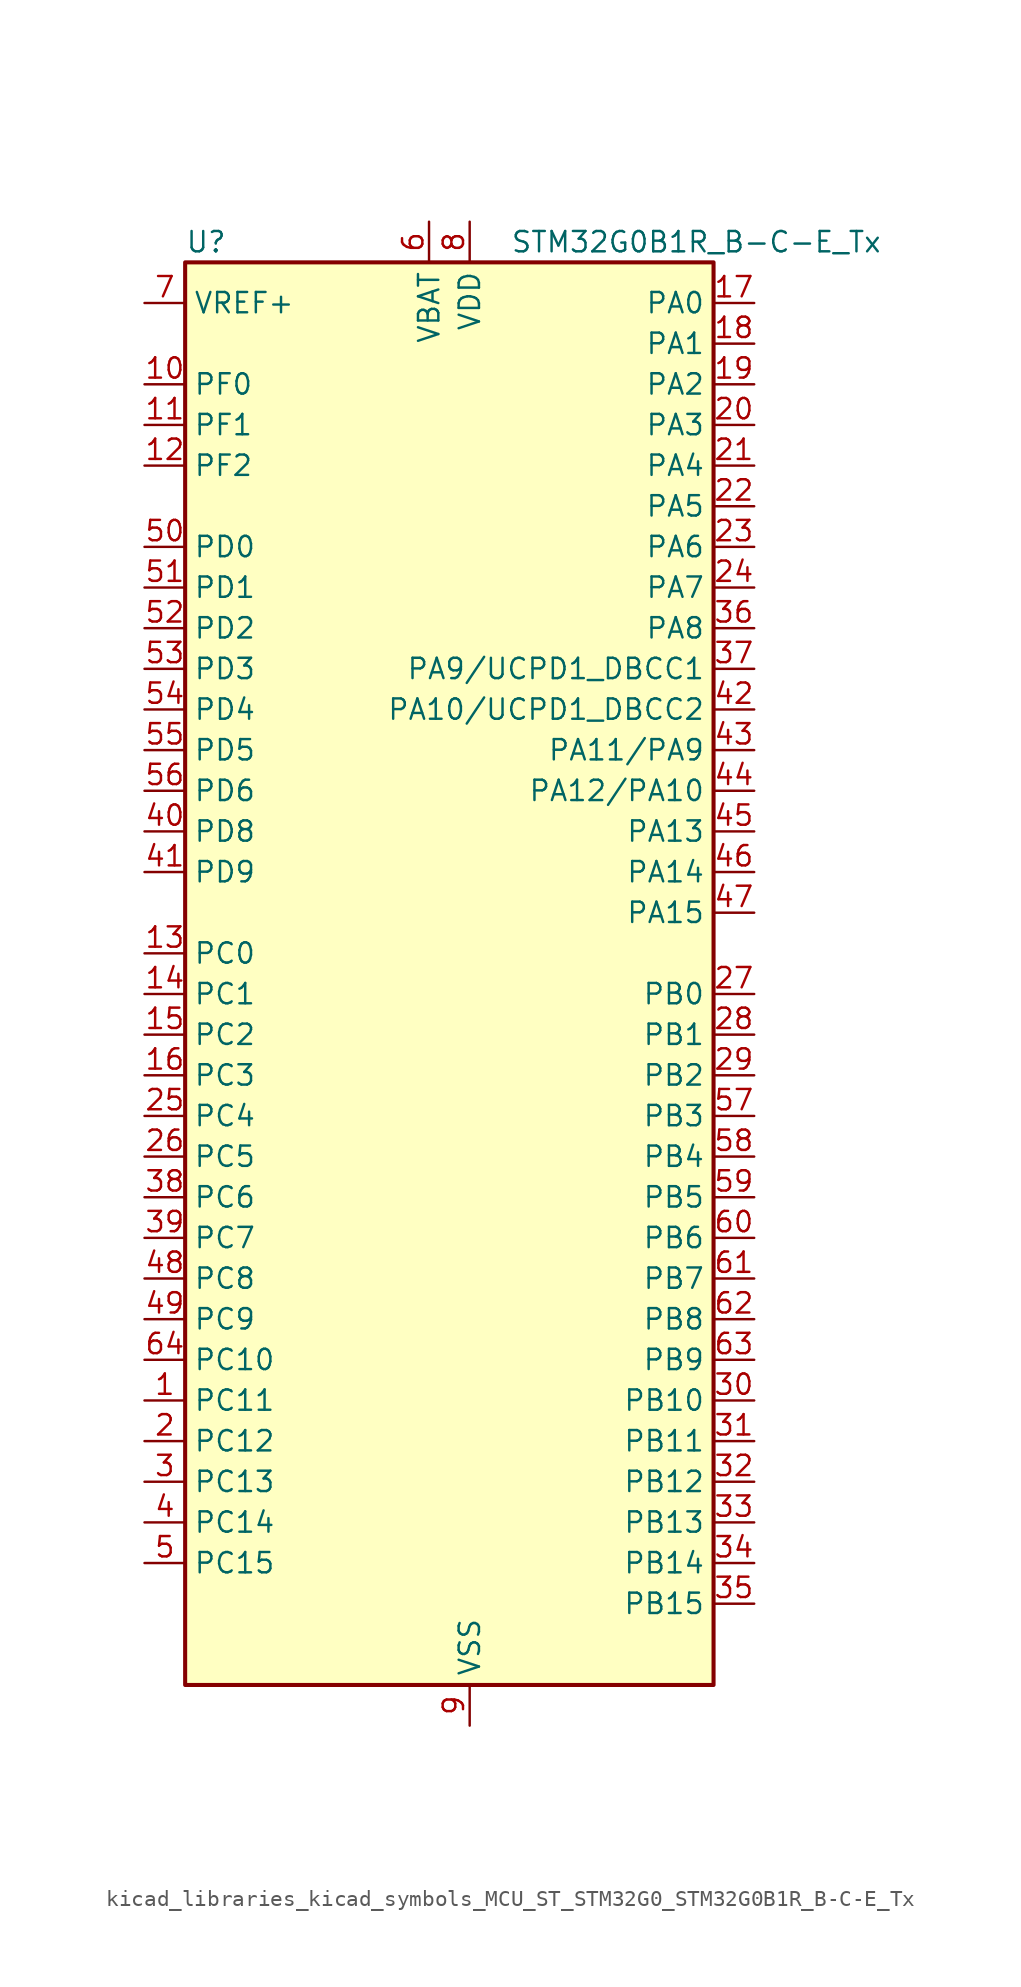
<source format=kicad_sym>
(kicad_symbol_lib
  (version 20220914)
  (generator kicad_symbol_editor)
  (symbol "kicad_libraries_kicad_symbols_MCU_ST_STM32G0_STM32G0B1R_B-C-E_Tx"
    (property "Reference" "U"
      (at -15.24 46.99 0)
      (effects (font (size 1.27 1.27)) (justify left)))
    (property "Value" "STM32G0B1R_B-C-E_Tx"
      (at 5.08 46.99 0)
      (effects (font (size 1.27 1.27)) (justify left)))
    (property "ki_locked" ""
      (at 0 0 0)
      (effects (font (size 1.27 1.27))))
    (symbol "kicad_libraries_kicad_symbols_MCU_ST_STM32G0_STM32G0B1R_B-C-E_Tx_0_1"
      (rectangle (start -15.24 -43.18) (end 17.78 45.72) (stroke (width 0.254) (type default)) (fill (type background))))
    (symbol "kicad_libraries_kicad_symbols_MCU_ST_STM32G0_STM32G0B1R_B-C-E_Tx_1_1"
      (pin bidirectional line (at -17.78 -25.4 0) (length 2.54) (name "PC11" (effects (font (size 1.27 1.27)))) (number "1" (effects (font (size 1.27 1.27)))) (alternate "ADC1_EXTI11" bidirectional line) (alternate "SPI3_MISO" bidirectional line) (alternate "TIM1_CH4" bidirectional line) (alternate "USART3_RX" bidirectional line) (alternate "USART4_RX" bidirectional line))
      (pin bidirectional line (at -17.78 38.1 0) (length 2.54) (name "PF0" (effects (font (size 1.27 1.27)))) (number "10" (effects (font (size 1.27 1.27)))) (alternate "CRS1_SYNC" bidirectional line) (alternate "RCC_OSC_IN" bidirectional line) (alternate "TIM14_CH1" bidirectional line))
      (pin bidirectional line (at -17.78 35.56 0) (length 2.54) (name "PF1" (effects (font (size 1.27 1.27)))) (number "11" (effects (font (size 1.27 1.27)))) (alternate "RCC_OSC_EN" bidirectional line) (alternate "RCC_OSC_OUT" bidirectional line) (alternate "TIM15_CH1N" bidirectional line))
      (pin bidirectional line (at -17.78 33.02 0) (length 2.54) (name "PF2" (effects (font (size 1.27 1.27)))) (number "12" (effects (font (size 1.27 1.27)))) (alternate "LPUART2_DE" bidirectional line) (alternate "LPUART2_RTS" bidirectional line) (alternate "LPUART2_TX" bidirectional line) (alternate "RCC_MCO" bidirectional line))
      (pin bidirectional line (at -17.78 2.54 0) (length 2.54) (name "PC0" (effects (font (size 1.27 1.27)))) (number "13" (effects (font (size 1.27 1.27)))) (alternate "COMP3_INM" bidirectional line) (alternate "COMP3_OUT" bidirectional line) (alternate "I2C3_SCL" bidirectional line) (alternate "LPTIM1_IN1" bidirectional line) (alternate "LPTIM2_IN1" bidirectional line) (alternate "LPUART1_RX" bidirectional line) (alternate "LPUART2_TX" bidirectional line) (alternate "USART6_TX" bidirectional line))
      (pin bidirectional line (at -17.78 0 0) (length 2.54) (name "PC1" (effects (font (size 1.27 1.27)))) (number "14" (effects (font (size 1.27 1.27)))) (alternate "COMP3_INP" bidirectional line) (alternate "I2C3_SDA" bidirectional line) (alternate "LPTIM1_OUT" bidirectional line) (alternate "LPUART1_TX" bidirectional line) (alternate "LPUART2_RX" bidirectional line) (alternate "TIM15_CH1" bidirectional line) (alternate "USART6_RX" bidirectional line))
      (pin bidirectional line (at -17.78 -2.54 0) (length 2.54) (name "PC2" (effects (font (size 1.27 1.27)))) (number "15" (effects (font (size 1.27 1.27)))) (alternate "COMP3_OUT" bidirectional line) (alternate "FDCAN2_RX" bidirectional line) (alternate "I2S2_MCK" bidirectional line) (alternate "LPTIM1_IN2" bidirectional line) (alternate "SPI2_MISO" bidirectional line) (alternate "TIM15_CH2" bidirectional line))
      (pin bidirectional line (at -17.78 -5.08 0) (length 2.54) (name "PC3" (effects (font (size 1.27 1.27)))) (number "16" (effects (font (size 1.27 1.27)))) (alternate "FDCAN2_TX" bidirectional line) (alternate "I2S2_SD" bidirectional line) (alternate "LPTIM1_ETR" bidirectional line) (alternate "LPTIM2_ETR" bidirectional line) (alternate "SPI2_MOSI" bidirectional line))
      (pin bidirectional line (at 20.32 43.18 180) (length 2.54) (name "PA0" (effects (font (size 1.27 1.27)))) (number "17" (effects (font (size 1.27 1.27)))) (alternate "ADC1_IN0" bidirectional line) (alternate "COMP1_INM" bidirectional line) (alternate "COMP1_OUT" bidirectional line) (alternate "I2S2_CK" bidirectional line) (alternate "LPTIM1_OUT" bidirectional line) (alternate "RTC_TAMP_IN2" bidirectional line) (alternate "SPI2_SCK" bidirectional line) (alternate "SYS_WKUP1" bidirectional line) (alternate "TIM2_CH1" bidirectional line) (alternate "TIM2_ETR" bidirectional line) (alternate "UCPD2_FRSTX1" bidirectional line) (alternate "UCPD2_FRSTX2" bidirectional line) (alternate "USART2_CTS" bidirectional line) (alternate "USART2_NSS" bidirectional line) (alternate "USART4_TX" bidirectional line))
      (pin bidirectional line (at 20.32 40.64 180) (length 2.54) (name "PA1" (effects (font (size 1.27 1.27)))) (number "18" (effects (font (size 1.27 1.27)))) (alternate "ADC1_IN1" bidirectional line) (alternate "COMP1_INP" bidirectional line) (alternate "I2C1_SMBA" bidirectional line) (alternate "I2S1_CK" bidirectional line) (alternate "SPI1_SCK" bidirectional line) (alternate "TIM15_CH1N" bidirectional line) (alternate "TIM2_CH2" bidirectional line) (alternate "USART2_CK" bidirectional line) (alternate "USART2_DE" bidirectional line) (alternate "USART2_RTS" bidirectional line) (alternate "USART4_RX" bidirectional line))
      (pin bidirectional line (at 20.32 38.1 180) (length 2.54) (name "PA2" (effects (font (size 1.27 1.27)))) (number "19" (effects (font (size 1.27 1.27)))) (alternate "ADC1_IN2" bidirectional line) (alternate "COMP2_INM" bidirectional line) (alternate "COMP2_OUT" bidirectional line) (alternate "I2S1_SD" bidirectional line) (alternate "LPUART1_TX" bidirectional line) (alternate "RCC_LSCO" bidirectional line) (alternate "SPI1_MOSI" bidirectional line) (alternate "SYS_WKUP4" bidirectional line) (alternate "TIM15_CH1" bidirectional line) (alternate "TIM2_CH3" bidirectional line) (alternate "UCPD1_FRSTX1" bidirectional line) (alternate "UCPD1_FRSTX2" bidirectional line) (alternate "USART2_TX" bidirectional line))
      (pin bidirectional line (at -17.78 -27.94 0) (length 2.54) (name "PC12" (effects (font (size 1.27 1.27)))) (number "2" (effects (font (size 1.27 1.27)))) (alternate "LPTIM1_IN1" bidirectional line) (alternate "SPI3_MOSI" bidirectional line) (alternate "TIM14_CH1" bidirectional line) (alternate "UCPD1_FRSTX1" bidirectional line) (alternate "UCPD1_FRSTX2" bidirectional line) (alternate "USART5_TX" bidirectional line))
      (pin bidirectional line (at 20.32 35.56 180) (length 2.54) (name "PA3" (effects (font (size 1.27 1.27)))) (number "20" (effects (font (size 1.27 1.27)))) (alternate "ADC1_IN3" bidirectional line) (alternate "COMP2_INP" bidirectional line) (alternate "I2S2_MCK" bidirectional line) (alternate "LPUART1_RX" bidirectional line) (alternate "SPI2_MISO" bidirectional line) (alternate "TIM15_CH2" bidirectional line) (alternate "TIM2_CH4" bidirectional line) (alternate "UCPD2_FRSTX1" bidirectional line) (alternate "UCPD2_FRSTX2" bidirectional line) (alternate "USART2_RX" bidirectional line))
      (pin bidirectional line (at 20.32 33.02 180) (length 2.54) (name "PA4" (effects (font (size 1.27 1.27)))) (number "21" (effects (font (size 1.27 1.27)))) (alternate "ADC1_IN4" bidirectional line) (alternate "DAC1_OUT1" bidirectional line) (alternate "I2S1_WS" bidirectional line) (alternate "I2S2_SD" bidirectional line) (alternate "LPTIM2_OUT" bidirectional line) (alternate "RTC_OUT2" bidirectional line) (alternate "SPI1_NSS" bidirectional line) (alternate "SPI2_MOSI" bidirectional line) (alternate "SPI3_NSS" bidirectional line) (alternate "TIM14_CH1" bidirectional line) (alternate "UCPD2_FRSTX1" bidirectional line) (alternate "UCPD2_FRSTX2" bidirectional line) (alternate "USART6_TX" bidirectional line) (alternate "USB_NOE" bidirectional line))
      (pin bidirectional line (at 20.32 30.48 180) (length 2.54) (name "PA5" (effects (font (size 1.27 1.27)))) (number "22" (effects (font (size 1.27 1.27)))) (alternate "ADC1_IN5" bidirectional line) (alternate "CEC" bidirectional line) (alternate "DAC1_OUT2" bidirectional line) (alternate "I2S1_CK" bidirectional line) (alternate "LPTIM2_ETR" bidirectional line) (alternate "SPI1_SCK" bidirectional line) (alternate "TIM2_CH1" bidirectional line) (alternate "TIM2_ETR" bidirectional line) (alternate "UCPD1_FRSTX1" bidirectional line) (alternate "UCPD1_FRSTX2" bidirectional line) (alternate "USART3_TX" bidirectional line) (alternate "USART6_RX" bidirectional line))
      (pin bidirectional line (at 20.32 27.94 180) (length 2.54) (name "PA6" (effects (font (size 1.27 1.27)))) (number "23" (effects (font (size 1.27 1.27)))) (alternate "ADC1_IN6" bidirectional line) (alternate "COMP1_OUT" bidirectional line) (alternate "I2C2_SDA" bidirectional line) (alternate "I2C3_SDA" bidirectional line) (alternate "I2S1_MCK" bidirectional line) (alternate "LPUART1_CTS" bidirectional line) (alternate "SPI1_MISO" bidirectional line) (alternate "TIM16_CH1" bidirectional line) (alternate "TIM1_BK" bidirectional line) (alternate "TIM3_CH1" bidirectional line) (alternate "USART3_CTS" bidirectional line) (alternate "USART3_NSS" bidirectional line) (alternate "USART6_CTS" bidirectional line) (alternate "USART6_NSS" bidirectional line))
      (pin bidirectional line (at 20.32 25.4 180) (length 2.54) (name "PA7" (effects (font (size 1.27 1.27)))) (number "24" (effects (font (size 1.27 1.27)))) (alternate "ADC1_IN7" bidirectional line) (alternate "COMP2_OUT" bidirectional line) (alternate "I2C2_SCL" bidirectional line) (alternate "I2C3_SCL" bidirectional line) (alternate "I2S1_SD" bidirectional line) (alternate "SPI1_MOSI" bidirectional line) (alternate "TIM14_CH1" bidirectional line) (alternate "TIM17_CH1" bidirectional line) (alternate "TIM1_CH1N" bidirectional line) (alternate "TIM3_CH2" bidirectional line) (alternate "UCPD1_FRSTX1" bidirectional line) (alternate "UCPD1_FRSTX2" bidirectional line) (alternate "USART6_CK" bidirectional line) (alternate "USART6_DE" bidirectional line) (alternate "USART6_RTS" bidirectional line))
      (pin bidirectional line (at -17.78 -7.62 0) (length 2.54) (name "PC4" (effects (font (size 1.27 1.27)))) (number "25" (effects (font (size 1.27 1.27)))) (alternate "ADC1_IN17" bidirectional line) (alternate "COMP1_INM" bidirectional line) (alternate "FDCAN1_RX" bidirectional line) (alternate "TIM2_CH1" bidirectional line) (alternate "TIM2_ETR" bidirectional line) (alternate "USART1_TX" bidirectional line) (alternate "USART3_TX" bidirectional line))
      (pin bidirectional line (at -17.78 -10.16 0) (length 2.54) (name "PC5" (effects (font (size 1.27 1.27)))) (number "26" (effects (font (size 1.27 1.27)))) (alternate "ADC1_IN18" bidirectional line) (alternate "COMP1_INP" bidirectional line) (alternate "FDCAN1_TX" bidirectional line) (alternate "SYS_WKUP5" bidirectional line) (alternate "TIM2_CH2" bidirectional line) (alternate "USART1_RX" bidirectional line) (alternate "USART3_RX" bidirectional line))
      (pin bidirectional line (at 20.32 0 180) (length 2.54) (name "PB0" (effects (font (size 1.27 1.27)))) (number "27" (effects (font (size 1.27 1.27)))) (alternate "ADC1_IN8" bidirectional line) (alternate "COMP1_OUT" bidirectional line) (alternate "COMP3_INP" bidirectional line) (alternate "FDCAN2_RX" bidirectional line) (alternate "I2S1_WS" bidirectional line) (alternate "LPTIM1_OUT" bidirectional line) (alternate "LPUART2_CTS" bidirectional line) (alternate "SPI1_NSS" bidirectional line) (alternate "TIM1_CH2N" bidirectional line) (alternate "TIM3_CH3" bidirectional line) (alternate "UCPD1_FRSTX1" bidirectional line) (alternate "UCPD1_FRSTX2" bidirectional line) (alternate "USART3_RX" bidirectional line) (alternate "USART5_TX" bidirectional line))
      (pin bidirectional line (at 20.32 -2.54 180) (length 2.54) (name "PB1" (effects (font (size 1.27 1.27)))) (number "28" (effects (font (size 1.27 1.27)))) (alternate "ADC1_IN9" bidirectional line) (alternate "COMP1_INM" bidirectional line) (alternate "COMP3_OUT" bidirectional line) (alternate "FDCAN2_TX" bidirectional line) (alternate "LPTIM2_IN1" bidirectional line) (alternate "LPUART1_DE" bidirectional line) (alternate "LPUART1_RTS" bidirectional line) (alternate "LPUART2_DE" bidirectional line) (alternate "LPUART2_RTS" bidirectional line) (alternate "TIM14_CH1" bidirectional line) (alternate "TIM1_CH3N" bidirectional line) (alternate "TIM3_CH4" bidirectional line) (alternate "USART3_CK" bidirectional line) (alternate "USART3_DE" bidirectional line) (alternate "USART3_RTS" bidirectional line) (alternate "USART5_RX" bidirectional line))
      (pin bidirectional line (at 20.32 -5.08 180) (length 2.54) (name "PB2" (effects (font (size 1.27 1.27)))) (number "29" (effects (font (size 1.27 1.27)))) (alternate "ADC1_IN10" bidirectional line) (alternate "COMP1_INP" bidirectional line) (alternate "COMP3_INM" bidirectional line) (alternate "I2S2_MCK" bidirectional line) (alternate "LPTIM1_OUT" bidirectional line) (alternate "RCC_MCO_2" bidirectional line) (alternate "SPI2_MISO" bidirectional line) (alternate "USART3_TX" bidirectional line))
      (pin bidirectional line (at -17.78 -30.48 0) (length 2.54) (name "PC13" (effects (font (size 1.27 1.27)))) (number "3" (effects (font (size 1.27 1.27)))) (alternate "RTC_OUT1" bidirectional line) (alternate "RTC_TAMP_IN1" bidirectional line) (alternate "RTC_TS" bidirectional line) (alternate "SYS_WKUP2" bidirectional line) (alternate "TIM1_BK" bidirectional line))
      (pin bidirectional line (at 20.32 -25.4 180) (length 2.54) (name "PB10" (effects (font (size 1.27 1.27)))) (number "30" (effects (font (size 1.27 1.27)))) (alternate "ADC1_IN11" bidirectional line) (alternate "CEC" bidirectional line) (alternate "COMP1_OUT" bidirectional line) (alternate "I2C2_SCL" bidirectional line) (alternate "I2S2_CK" bidirectional line) (alternate "LPUART1_RX" bidirectional line) (alternate "SPI2_SCK" bidirectional line) (alternate "TIM2_CH3" bidirectional line) (alternate "USART3_TX" bidirectional line))
      (pin bidirectional line (at 20.32 -27.94 180) (length 2.54) (name "PB11" (effects (font (size 1.27 1.27)))) (number "31" (effects (font (size 1.27 1.27)))) (alternate "ADC1_EXTI11" bidirectional line) (alternate "ADC1_IN15" bidirectional line) (alternate "COMP2_OUT" bidirectional line) (alternate "I2C2_SDA" bidirectional line) (alternate "I2S2_SD" bidirectional line) (alternate "LPUART1_TX" bidirectional line) (alternate "SPI2_MOSI" bidirectional line) (alternate "TIM2_CH4" bidirectional line) (alternate "USART3_RX" bidirectional line))
      (pin bidirectional line (at 20.32 -30.48 180) (length 2.54) (name "PB12" (effects (font (size 1.27 1.27)))) (number "32" (effects (font (size 1.27 1.27)))) (alternate "ADC1_IN16" bidirectional line) (alternate "FDCAN2_RX" bidirectional line) (alternate "I2C2_SMBA" bidirectional line) (alternate "I2S2_WS" bidirectional line) (alternate "LPUART1_DE" bidirectional line) (alternate "LPUART1_RTS" bidirectional line) (alternate "SPI2_NSS" bidirectional line) (alternate "TIM15_BK" bidirectional line) (alternate "TIM1_BK" bidirectional line) (alternate "UCPD2_FRSTX1" bidirectional line) (alternate "UCPD2_FRSTX2" bidirectional line))
      (pin bidirectional line (at 20.32 -33.02 180) (length 2.54) (name "PB13" (effects (font (size 1.27 1.27)))) (number "33" (effects (font (size 1.27 1.27)))) (alternate "FDCAN2_TX" bidirectional line) (alternate "I2C2_SCL" bidirectional line) (alternate "I2S2_CK" bidirectional line) (alternate "LPUART1_CTS" bidirectional line) (alternate "SPI2_SCK" bidirectional line) (alternate "TIM15_CH1N" bidirectional line) (alternate "TIM1_CH1N" bidirectional line) (alternate "USART3_CTS" bidirectional line) (alternate "USART3_NSS" bidirectional line))
      (pin bidirectional line (at 20.32 -35.56 180) (length 2.54) (name "PB14" (effects (font (size 1.27 1.27)))) (number "34" (effects (font (size 1.27 1.27)))) (alternate "I2C2_SDA" bidirectional line) (alternate "I2S2_MCK" bidirectional line) (alternate "SPI2_MISO" bidirectional line) (alternate "TIM15_CH1" bidirectional line) (alternate "TIM1_CH2N" bidirectional line) (alternate "UCPD1_FRSTX1" bidirectional line) (alternate "UCPD1_FRSTX2" bidirectional line) (alternate "USART3_CK" bidirectional line) (alternate "USART3_DE" bidirectional line) (alternate "USART3_RTS" bidirectional line) (alternate "USART6_CK" bidirectional line) (alternate "USART6_DE" bidirectional line) (alternate "USART6_RTS" bidirectional line))
      (pin bidirectional line (at 20.32 -38.1 180) (length 2.54) (name "PB15" (effects (font (size 1.27 1.27)))) (number "35" (effects (font (size 1.27 1.27)))) (alternate "I2S2_SD" bidirectional line) (alternate "RTC_REFIN" bidirectional line) (alternate "SPI2_MOSI" bidirectional line) (alternate "TIM15_CH1N" bidirectional line) (alternate "TIM15_CH2" bidirectional line) (alternate "TIM1_CH3N" bidirectional line) (alternate "UCPD1_CC2" bidirectional line) (alternate "USART6_CTS" bidirectional line) (alternate "USART6_NSS" bidirectional line))
      (pin bidirectional line (at 20.32 22.86 180) (length 2.54) (name "PA8" (effects (font (size 1.27 1.27)))) (number "36" (effects (font (size 1.27 1.27)))) (alternate "CRS1_SYNC" bidirectional line) (alternate "I2C2_SMBA" bidirectional line) (alternate "I2S2_WS" bidirectional line) (alternate "LPTIM2_OUT" bidirectional line) (alternate "RCC_MCO" bidirectional line) (alternate "SPI2_NSS" bidirectional line) (alternate "TIM1_CH1" bidirectional line) (alternate "UCPD1_CC1" bidirectional line))
      (pin bidirectional line (at 20.32 20.32 180) (length 2.54) (name "PA9/UCPD1_DBCC1" (effects (font (size 1.27 1.27)))) (number "37" (effects (font (size 1.27 1.27)))) (alternate "DAC1_EXTI9" bidirectional line) (alternate "I2C1_SCL" bidirectional line) (alternate "I2C2_SCL" bidirectional line) (alternate "I2S2_MCK" bidirectional line) (alternate "RCC_MCO" bidirectional line) (alternate "SPI2_MISO" bidirectional line) (alternate "TIM15_BK" bidirectional line) (alternate "TIM1_CH2" bidirectional line) (alternate "UCPD1_DBCC1" bidirectional line) (alternate "USART1_TX" bidirectional line))
      (pin bidirectional line (at -17.78 -12.7 0) (length 2.54) (name "PC6" (effects (font (size 1.27 1.27)))) (number "38" (effects (font (size 1.27 1.27)))) (alternate "LPUART2_TX" bidirectional line) (alternate "TIM2_CH3" bidirectional line) (alternate "TIM3_CH1" bidirectional line) (alternate "UCPD1_FRSTX1" bidirectional line) (alternate "UCPD1_FRSTX2" bidirectional line))
      (pin bidirectional line (at -17.78 -15.24 0) (length 2.54) (name "PC7" (effects (font (size 1.27 1.27)))) (number "39" (effects (font (size 1.27 1.27)))) (alternate "LPUART2_RX" bidirectional line) (alternate "TIM2_CH4" bidirectional line) (alternate "TIM3_CH2" bidirectional line) (alternate "UCPD2_FRSTX1" bidirectional line) (alternate "UCPD2_FRSTX2" bidirectional line))
      (pin bidirectional line (at -17.78 -33.02 0) (length 2.54) (name "PC14" (effects (font (size 1.27 1.27)))) (number "4" (effects (font (size 1.27 1.27)))) (alternate "RCC_OSC32_IN" bidirectional line) (alternate "TIM1_BK2" bidirectional line))
      (pin bidirectional line (at -17.78 10.16 0) (length 2.54) (name "PD8" (effects (font (size 1.27 1.27)))) (number "40" (effects (font (size 1.27 1.27)))) (alternate "I2S1_CK" bidirectional line) (alternate "LPTIM1_OUT" bidirectional line) (alternate "SPI1_SCK" bidirectional line) (alternate "USART3_TX" bidirectional line))
      (pin bidirectional line (at -17.78 7.62 0) (length 2.54) (name "PD9" (effects (font (size 1.27 1.27)))) (number "41" (effects (font (size 1.27 1.27)))) (alternate "DAC1_EXTI9" bidirectional line) (alternate "I2S1_WS" bidirectional line) (alternate "SPI1_NSS" bidirectional line) (alternate "TIM1_BK2" bidirectional line) (alternate "USART3_RX" bidirectional line))
      (pin bidirectional line (at 20.32 17.78 180) (length 2.54) (name "PA10/UCPD1_DBCC2" (effects (font (size 1.27 1.27)))) (number "42" (effects (font (size 1.27 1.27)))) (alternate "I2C1_SDA" bidirectional line) (alternate "I2C2_SDA" bidirectional line) (alternate "I2S2_SD" bidirectional line) (alternate "RCC_MCO_2" bidirectional line) (alternate "SPI2_MOSI" bidirectional line) (alternate "TIM17_BK" bidirectional line) (alternate "TIM1_CH3" bidirectional line) (alternate "UCPD1_DBCC2" bidirectional line) (alternate "USART1_RX" bidirectional line))
      (pin bidirectional line (at 20.32 15.24 180) (length 2.54) (name "PA11/PA9" (effects (font (size 1.27 1.27)))) (number "43" (effects (font (size 1.27 1.27)))) (alternate "ADC1_EXTI11" bidirectional line) (alternate "COMP1_OUT" bidirectional line) (alternate "FDCAN1_RX" bidirectional line) (alternate "I2C2_SCL" bidirectional line) (alternate "I2S1_MCK" bidirectional line) (alternate "SPI1_MISO" bidirectional line) (alternate "TIM1_BK2" bidirectional line) (alternate "TIM1_CH4" bidirectional line) (alternate "USART1_CTS" bidirectional line) (alternate "USART1_NSS" bidirectional line) (alternate "USB_DM" bidirectional line))
      (pin bidirectional line (at 20.32 12.7 180) (length 2.54) (name "PA12/PA10" (effects (font (size 1.27 1.27)))) (number "44" (effects (font (size 1.27 1.27)))) (alternate "COMP2_OUT" bidirectional line) (alternate "FDCAN1_TX" bidirectional line) (alternate "I2C2_SDA" bidirectional line) (alternate "I2S1_SD" bidirectional line) (alternate "I2S_CKIN" bidirectional line) (alternate "SPI1_MOSI" bidirectional line) (alternate "TIM1_ETR" bidirectional line) (alternate "USART1_CK" bidirectional line) (alternate "USART1_DE" bidirectional line) (alternate "USART1_RTS" bidirectional line) (alternate "USB_DP" bidirectional line))
      (pin bidirectional line (at 20.32 10.16 180) (length 2.54) (name "PA13" (effects (font (size 1.27 1.27)))) (number "45" (effects (font (size 1.27 1.27)))) (alternate "IR_OUT" bidirectional line) (alternate "LPUART2_RX" bidirectional line) (alternate "SYS_SWDIO" bidirectional line) (alternate "USB_NOE" bidirectional line))
      (pin bidirectional line (at 20.32 7.62 180) (length 2.54) (name "PA14" (effects (font (size 1.27 1.27)))) (number "46" (effects (font (size 1.27 1.27)))) (alternate "LPUART2_TX" bidirectional line) (alternate "SYS_SWCLK" bidirectional line) (alternate "USART2_TX" bidirectional line))
      (pin bidirectional line (at 20.32 5.08 180) (length 2.54) (name "PA15" (effects (font (size 1.27 1.27)))) (number "47" (effects (font (size 1.27 1.27)))) (alternate "I2C2_SMBA" bidirectional line) (alternate "I2S1_WS" bidirectional line) (alternate "RCC_MCO_2" bidirectional line) (alternate "SPI1_NSS" bidirectional line) (alternate "SPI3_NSS" bidirectional line) (alternate "TIM2_CH1" bidirectional line) (alternate "TIM2_ETR" bidirectional line) (alternate "USART2_RX" bidirectional line) (alternate "USART3_CK" bidirectional line) (alternate "USART3_DE" bidirectional line) (alternate "USART3_RTS" bidirectional line) (alternate "USART4_CK" bidirectional line) (alternate "USART4_DE" bidirectional line) (alternate "USART4_RTS" bidirectional line) (alternate "USB_NOE" bidirectional line))
      (pin bidirectional line (at -17.78 -17.78 0) (length 2.54) (name "PC8" (effects (font (size 1.27 1.27)))) (number "48" (effects (font (size 1.27 1.27)))) (alternate "LPUART2_CTS" bidirectional line) (alternate "TIM1_CH1" bidirectional line) (alternate "TIM3_CH3" bidirectional line) (alternate "UCPD2_FRSTX1" bidirectional line) (alternate "UCPD2_FRSTX2" bidirectional line))
      (pin bidirectional line (at -17.78 -20.32 0) (length 2.54) (name "PC9" (effects (font (size 1.27 1.27)))) (number "49" (effects (font (size 1.27 1.27)))) (alternate "DAC1_EXTI9" bidirectional line) (alternate "I2S_CKIN" bidirectional line) (alternate "LPUART2_DE" bidirectional line) (alternate "LPUART2_RTS" bidirectional line) (alternate "TIM1_CH2" bidirectional line) (alternate "TIM3_CH4" bidirectional line) (alternate "USB_NOE" bidirectional line))
      (pin bidirectional line (at -17.78 -35.56 0) (length 2.54) (name "PC15" (effects (font (size 1.27 1.27)))) (number "5" (effects (font (size 1.27 1.27)))) (alternate "RCC_OSC32_EN" bidirectional line) (alternate "RCC_OSC32_OUT" bidirectional line) (alternate "RCC_OSC_EN" bidirectional line) (alternate "TIM15_BK" bidirectional line))
      (pin bidirectional line (at -17.78 27.94 0) (length 2.54) (name "PD0" (effects (font (size 1.27 1.27)))) (number "50" (effects (font (size 1.27 1.27)))) (alternate "FDCAN1_RX" bidirectional line) (alternate "I2S2_WS" bidirectional line) (alternate "SPI2_NSS" bidirectional line) (alternate "TIM16_CH1" bidirectional line) (alternate "UCPD2_CC1" bidirectional line))
      (pin bidirectional line (at -17.78 25.4 0) (length 2.54) (name "PD1" (effects (font (size 1.27 1.27)))) (number "51" (effects (font (size 1.27 1.27)))) (alternate "FDCAN1_TX" bidirectional line) (alternate "I2S2_CK" bidirectional line) (alternate "SPI2_SCK" bidirectional line) (alternate "TIM17_CH1" bidirectional line) (alternate "UCPD2_DBCC1" bidirectional line))
      (pin bidirectional line (at -17.78 22.86 0) (length 2.54) (name "PD2" (effects (font (size 1.27 1.27)))) (number "52" (effects (font (size 1.27 1.27)))) (alternate "TIM1_CH1N" bidirectional line) (alternate "TIM3_ETR" bidirectional line) (alternate "UCPD2_CC2" bidirectional line) (alternate "USART3_CK" bidirectional line) (alternate "USART3_DE" bidirectional line) (alternate "USART3_RTS" bidirectional line) (alternate "USART5_RX" bidirectional line))
      (pin bidirectional line (at -17.78 20.32 0) (length 2.54) (name "PD3" (effects (font (size 1.27 1.27)))) (number "53" (effects (font (size 1.27 1.27)))) (alternate "I2S2_MCK" bidirectional line) (alternate "SPI2_MISO" bidirectional line) (alternate "TIM1_CH2N" bidirectional line) (alternate "UCPD2_DBCC2" bidirectional line) (alternate "USART2_CTS" bidirectional line) (alternate "USART2_NSS" bidirectional line) (alternate "USART5_TX" bidirectional line))
      (pin bidirectional line (at -17.78 17.78 0) (length 2.54) (name "PD4" (effects (font (size 1.27 1.27)))) (number "54" (effects (font (size 1.27 1.27)))) (alternate "I2S2_SD" bidirectional line) (alternate "SPI2_MOSI" bidirectional line) (alternate "TIM1_CH3N" bidirectional line) (alternate "USART2_CK" bidirectional line) (alternate "USART2_DE" bidirectional line) (alternate "USART2_RTS" bidirectional line) (alternate "USART5_CK" bidirectional line) (alternate "USART5_DE" bidirectional line) (alternate "USART5_RTS" bidirectional line))
      (pin bidirectional line (at -17.78 15.24 0) (length 2.54) (name "PD5" (effects (font (size 1.27 1.27)))) (number "55" (effects (font (size 1.27 1.27)))) (alternate "I2S1_MCK" bidirectional line) (alternate "SPI1_MISO" bidirectional line) (alternate "TIM1_BK" bidirectional line) (alternate "USART2_TX" bidirectional line) (alternate "USART5_CTS" bidirectional line) (alternate "USART5_NSS" bidirectional line))
      (pin bidirectional line (at -17.78 12.7 0) (length 2.54) (name "PD6" (effects (font (size 1.27 1.27)))) (number "56" (effects (font (size 1.27 1.27)))) (alternate "I2S1_SD" bidirectional line) (alternate "LPTIM2_OUT" bidirectional line) (alternate "SPI1_MOSI" bidirectional line) (alternate "USART2_RX" bidirectional line))
      (pin bidirectional line (at 20.32 -7.62 180) (length 2.54) (name "PB3" (effects (font (size 1.27 1.27)))) (number "57" (effects (font (size 1.27 1.27)))) (alternate "COMP2_INM" bidirectional line) (alternate "I2C2_SCL" bidirectional line) (alternate "I2C3_SCL" bidirectional line) (alternate "I2S1_CK" bidirectional line) (alternate "SPI1_SCK" bidirectional line) (alternate "SPI3_SCK" bidirectional line) (alternate "TIM1_CH2" bidirectional line) (alternate "TIM2_CH2" bidirectional line) (alternate "USART1_CK" bidirectional line) (alternate "USART1_DE" bidirectional line) (alternate "USART1_RTS" bidirectional line) (alternate "USART5_TX" bidirectional line))
      (pin bidirectional line (at 20.32 -10.16 180) (length 2.54) (name "PB4" (effects (font (size 1.27 1.27)))) (number "58" (effects (font (size 1.27 1.27)))) (alternate "COMP2_INP" bidirectional line) (alternate "I2C2_SDA" bidirectional line) (alternate "I2C3_SDA" bidirectional line) (alternate "I2S1_MCK" bidirectional line) (alternate "SPI1_MISO" bidirectional line) (alternate "SPI3_MISO" bidirectional line) (alternate "TIM17_BK" bidirectional line) (alternate "TIM3_CH1" bidirectional line) (alternate "USART1_CTS" bidirectional line) (alternate "USART1_NSS" bidirectional line) (alternate "USART5_RX" bidirectional line))
      (pin bidirectional line (at 20.32 -12.7 180) (length 2.54) (name "PB5" (effects (font (size 1.27 1.27)))) (number "59" (effects (font (size 1.27 1.27)))) (alternate "COMP2_OUT" bidirectional line) (alternate "FDCAN2_RX" bidirectional line) (alternate "I2C1_SMBA" bidirectional line) (alternate "I2S1_SD" bidirectional line) (alternate "LPTIM1_IN1" bidirectional line) (alternate "SPI1_MOSI" bidirectional line) (alternate "SPI3_MOSI" bidirectional line) (alternate "SYS_WKUP6" bidirectional line) (alternate "TIM16_BK" bidirectional line) (alternate "TIM3_CH2" bidirectional line) (alternate "USART5_CK" bidirectional line) (alternate "USART5_DE" bidirectional line) (alternate "USART5_RTS" bidirectional line))
      (pin power_in line (at 0 48.26 270) (length 2.54) (name "VBAT" (effects (font (size 1.27 1.27)))) (number "6" (effects (font (size 1.27 1.27)))))
      (pin bidirectional line (at 20.32 -15.24 180) (length 2.54) (name "PB6" (effects (font (size 1.27 1.27)))) (number "60" (effects (font (size 1.27 1.27)))) (alternate "COMP2_INP" bidirectional line) (alternate "FDCAN2_TX" bidirectional line) (alternate "I2C1_SCL" bidirectional line) (alternate "I2S2_MCK" bidirectional line) (alternate "LPTIM1_ETR" bidirectional line) (alternate "LPUART2_TX" bidirectional line) (alternate "SPI2_MISO" bidirectional line) (alternate "TIM16_CH1N" bidirectional line) (alternate "TIM1_CH3" bidirectional line) (alternate "TIM4_CH1" bidirectional line) (alternate "USART1_TX" bidirectional line) (alternate "USART5_CTS" bidirectional line) (alternate "USART5_NSS" bidirectional line))
      (pin bidirectional line (at 20.32 -17.78 180) (length 2.54) (name "PB7" (effects (font (size 1.27 1.27)))) (number "61" (effects (font (size 1.27 1.27)))) (alternate "COMP2_INM" bidirectional line) (alternate "I2C1_SDA" bidirectional line) (alternate "I2S2_SD" bidirectional line) (alternate "LPTIM1_IN2" bidirectional line) (alternate "LPUART2_RX" bidirectional line) (alternate "SPI2_MOSI" bidirectional line) (alternate "SYS_PVD_IN" bidirectional line) (alternate "TIM17_CH1N" bidirectional line) (alternate "TIM4_CH2" bidirectional line) (alternate "USART1_RX" bidirectional line) (alternate "USART4_CTS" bidirectional line) (alternate "USART4_NSS" bidirectional line))
      (pin bidirectional line (at 20.32 -20.32 180) (length 2.54) (name "PB8" (effects (font (size 1.27 1.27)))) (number "62" (effects (font (size 1.27 1.27)))) (alternate "CEC" bidirectional line) (alternate "FDCAN1_RX" bidirectional line) (alternate "I2C1_SCL" bidirectional line) (alternate "I2S2_CK" bidirectional line) (alternate "SPI2_SCK" bidirectional line) (alternate "TIM15_BK" bidirectional line) (alternate "TIM16_CH1" bidirectional line) (alternate "TIM4_CH3" bidirectional line) (alternate "USART3_TX" bidirectional line) (alternate "USART6_TX" bidirectional line))
      (pin bidirectional line (at 20.32 -22.86 180) (length 2.54) (name "PB9" (effects (font (size 1.27 1.27)))) (number "63" (effects (font (size 1.27 1.27)))) (alternate "DAC1_EXTI9" bidirectional line) (alternate "FDCAN1_TX" bidirectional line) (alternate "I2C1_SDA" bidirectional line) (alternate "I2S2_WS" bidirectional line) (alternate "IR_OUT" bidirectional line) (alternate "SPI2_NSS" bidirectional line) (alternate "TIM17_CH1" bidirectional line) (alternate "TIM4_CH4" bidirectional line) (alternate "UCPD2_FRSTX1" bidirectional line) (alternate "UCPD2_FRSTX2" bidirectional line) (alternate "USART3_RX" bidirectional line) (alternate "USART6_RX" bidirectional line))
      (pin bidirectional line (at -17.78 -22.86 0) (length 2.54) (name "PC10" (effects (font (size 1.27 1.27)))) (number "64" (effects (font (size 1.27 1.27)))) (alternate "SPI3_SCK" bidirectional line) (alternate "TIM1_CH3" bidirectional line) (alternate "USART3_TX" bidirectional line) (alternate "USART4_TX" bidirectional line))
      (pin input line (at -17.78 43.18 0) (length 2.54) (name "VREF+" (effects (font (size 1.27 1.27)))) (number "7" (effects (font (size 1.27 1.27)))) (alternate "VREFBUF_OUT" bidirectional line))
      (pin power_in line (at 2.54 48.26 270) (length 2.54) (name "VDD" (effects (font (size 1.27 1.27)))) (number "8" (effects (font (size 1.27 1.27)))))
      (pin power_in line (at 2.54 -45.72 90) (length 2.54) (name "VSS" (effects (font (size 1.27 1.27)))) (number "9" (effects (font (size 1.27 1.27))))))))
</source>
